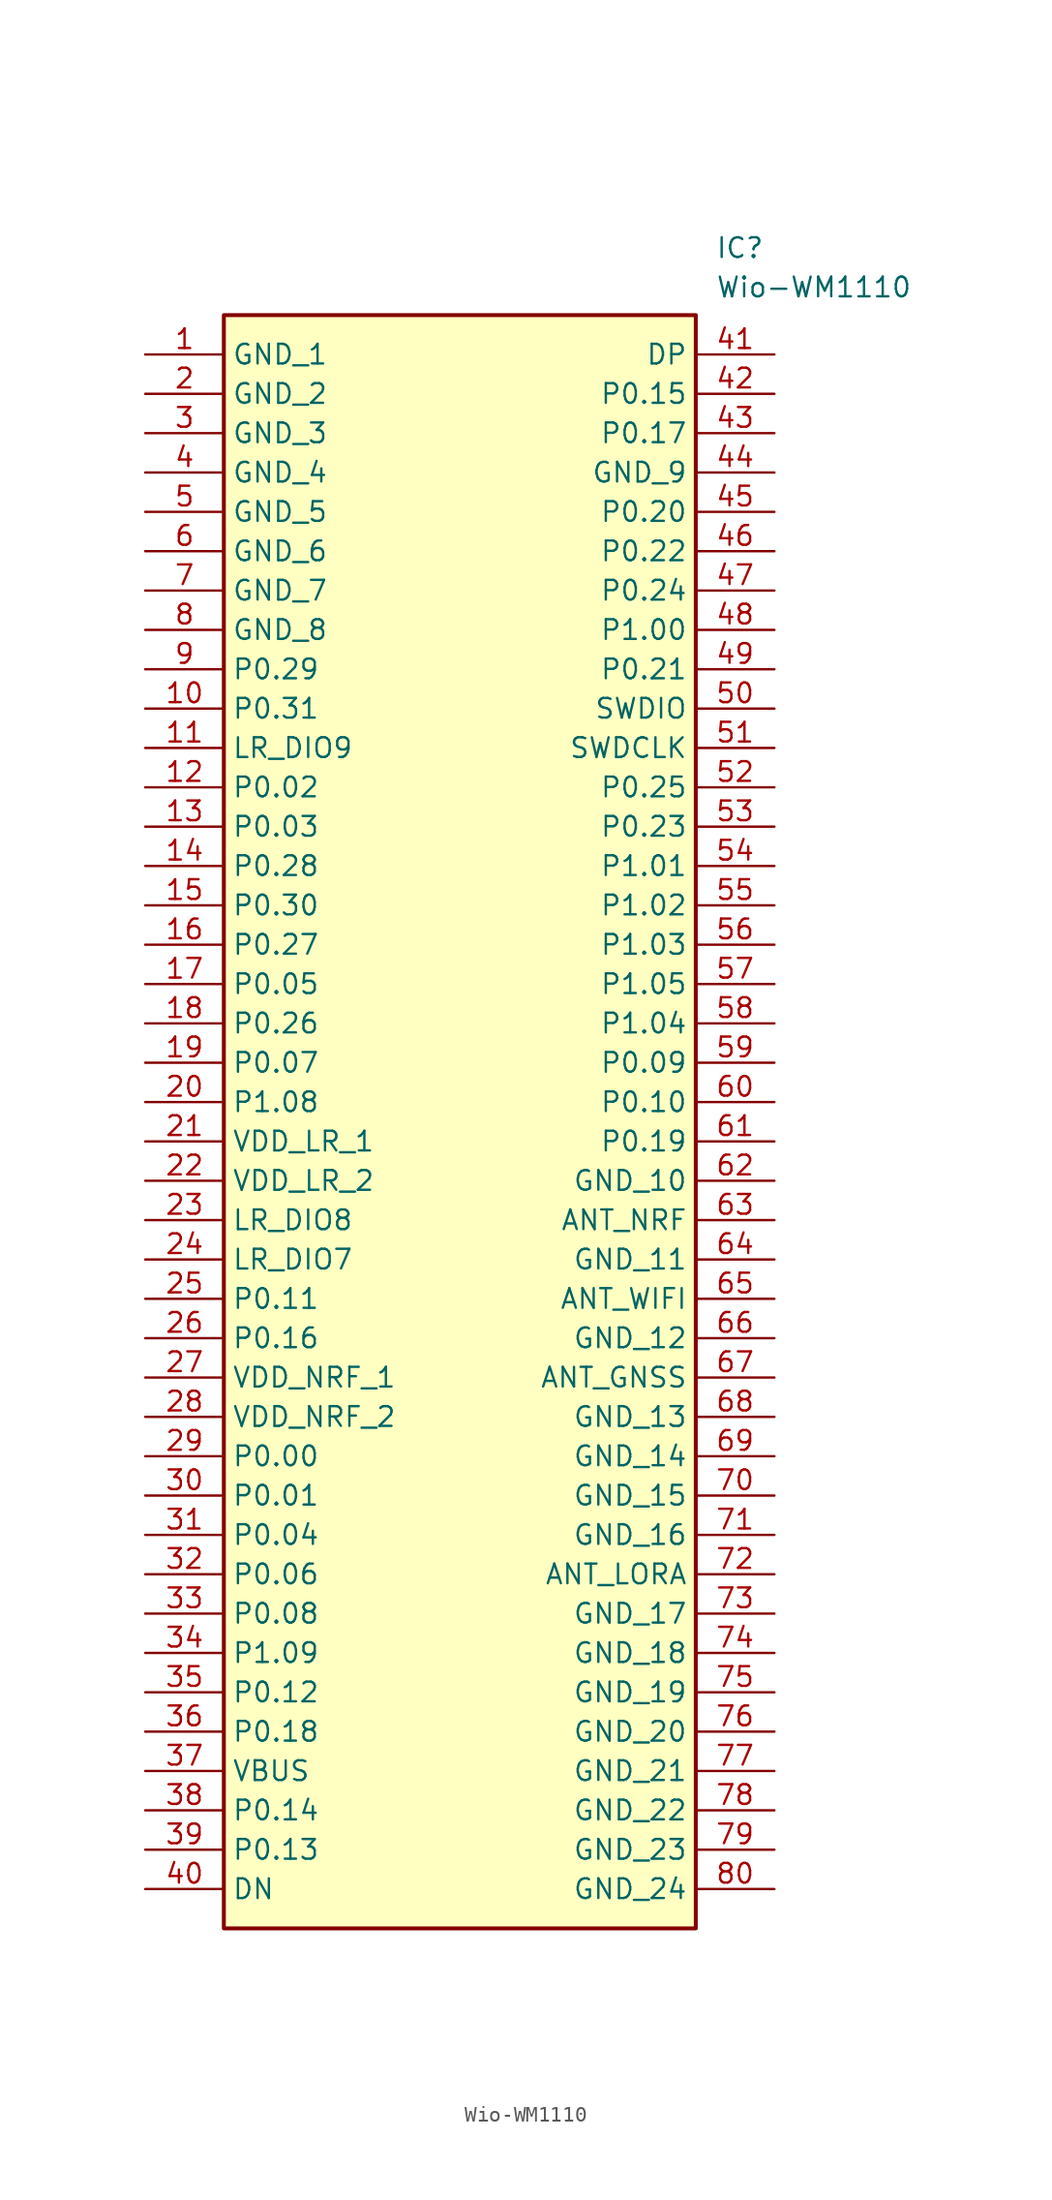
<source format=kicad_sym>
(kicad_symbol_lib
  (version 20211014)
  (generator SamacSys_ECAD_Model)
  (symbol "Wio-WM1110"
    (property "Reference" "IC"
      (at 36.83 7.62 0)
      (effects (font (size 1.27 1.27)) (justify left top)))
    (property "Value" "Wio-WM1110"
      (at 36.83 5.08 0)
      (effects (font (size 1.27 1.27)) (justify left top)))
    (rectangle
      (start 5.08 2.54)
      (end 35.56 -101.6)
      (stroke (width 0.254) (type default))
      (fill (type background)))
    (pin passive line
      (at 0 0 0)
      (length 5.08)
      (name "GND_1" (effects (font (size 1.27 1.27))))
      (number "1" (effects (font (size 1.27 1.27)))))
    (pin passive line
      (at 0 -2.54 0)
      (length 5.08)
      (name "GND_2" (effects (font (size 1.27 1.27))))
      (number "2" (effects (font (size 1.27 1.27)))))
    (pin passive line
      (at 0 -5.08 0)
      (length 5.08)
      (name "GND_3" (effects (font (size 1.27 1.27))))
      (number "3" (effects (font (size 1.27 1.27)))))
    (pin passive line
      (at 0 -7.62 0)
      (length 5.08)
      (name "GND_4" (effects (font (size 1.27 1.27))))
      (number "4" (effects (font (size 1.27 1.27)))))
    (pin passive line
      (at 0 -10.16 0)
      (length 5.08)
      (name "GND_5" (effects (font (size 1.27 1.27))))
      (number "5" (effects (font (size 1.27 1.27)))))
    (pin passive line
      (at 0 -12.7 0)
      (length 5.08)
      (name "GND_6" (effects (font (size 1.27 1.27))))
      (number "6" (effects (font (size 1.27 1.27)))))
    (pin passive line
      (at 0 -15.24 0)
      (length 5.08)
      (name "GND_7" (effects (font (size 1.27 1.27))))
      (number "7" (effects (font (size 1.27 1.27)))))
    (pin passive line
      (at 0 -17.78 0)
      (length 5.08)
      (name "GND_8" (effects (font (size 1.27 1.27))))
      (number "8" (effects (font (size 1.27 1.27)))))
    (pin passive line
      (at 0 -20.32 0)
      (length 5.08)
      (name "P0.29" (effects (font (size 1.27 1.27))))
      (number "9" (effects (font (size 1.27 1.27)))))
    (pin passive line
      (at 0 -22.86 0)
      (length 5.08)
      (name "P0.31" (effects (font (size 1.27 1.27))))
      (number "10" (effects (font (size 1.27 1.27)))))
    (pin passive line
      (at 0 -25.4 0)
      (length 5.08)
      (name "LR_DIO9" (effects (font (size 1.27 1.27))))
      (number "11" (effects (font (size 1.27 1.27)))))
    (pin passive line
      (at 0 -27.94 0)
      (length 5.08)
      (name "P0.02" (effects (font (size 1.27 1.27))))
      (number "12" (effects (font (size 1.27 1.27)))))
    (pin passive line
      (at 0 -30.48 0)
      (length 5.08)
      (name "P0.03" (effects (font (size 1.27 1.27))))
      (number "13" (effects (font (size 1.27 1.27)))))
    (pin passive line
      (at 0 -33.02 0)
      (length 5.08)
      (name "P0.28" (effects (font (size 1.27 1.27))))
      (number "14" (effects (font (size 1.27 1.27)))))
    (pin passive line
      (at 0 -35.56 0)
      (length 5.08)
      (name "P0.30" (effects (font (size 1.27 1.27))))
      (number "15" (effects (font (size 1.27 1.27)))))
    (pin passive line
      (at 0 -38.1 0)
      (length 5.08)
      (name "P0.27" (effects (font (size 1.27 1.27))))
      (number "16" (effects (font (size 1.27 1.27)))))
    (pin passive line
      (at 0 -40.64 0)
      (length 5.08)
      (name "P0.05" (effects (font (size 1.27 1.27))))
      (number "17" (effects (font (size 1.27 1.27)))))
    (pin passive line
      (at 0 -43.18 0)
      (length 5.08)
      (name "P0.26" (effects (font (size 1.27 1.27))))
      (number "18" (effects (font (size 1.27 1.27)))))
    (pin passive line
      (at 0 -45.72 0)
      (length 5.08)
      (name "P0.07" (effects (font (size 1.27 1.27))))
      (number "19" (effects (font (size 1.27 1.27)))))
    (pin passive line
      (at 0 -48.26 0)
      (length 5.08)
      (name "P1.08" (effects (font (size 1.27 1.27))))
      (number "20" (effects (font (size 1.27 1.27)))))
    (pin passive line
      (at 0 -50.8 0)
      (length 5.08)
      (name "VDD_LR_1" (effects (font (size 1.27 1.27))))
      (number "21" (effects (font (size 1.27 1.27)))))
    (pin passive line
      (at 0 -53.34 0)
      (length 5.08)
      (name "VDD_LR_2" (effects (font (size 1.27 1.27))))
      (number "22" (effects (font (size 1.27 1.27)))))
    (pin passive line
      (at 0 -55.88 0)
      (length 5.08)
      (name "LR_DIO8" (effects (font (size 1.27 1.27))))
      (number "23" (effects (font (size 1.27 1.27)))))
    (pin passive line
      (at 0 -58.42 0)
      (length 5.08)
      (name "LR_DIO7" (effects (font (size 1.27 1.27))))
      (number "24" (effects (font (size 1.27 1.27)))))
    (pin passive line
      (at 0 -60.96 0)
      (length 5.08)
      (name "P0.11" (effects (font (size 1.27 1.27))))
      (number "25" (effects (font (size 1.27 1.27)))))
    (pin passive line
      (at 0 -63.5 0)
      (length 5.08)
      (name "P0.16" (effects (font (size 1.27 1.27))))
      (number "26" (effects (font (size 1.27 1.27)))))
    (pin passive line
      (at 0 -66.04 0)
      (length 5.08)
      (name "VDD_NRF_1" (effects (font (size 1.27 1.27))))
      (number "27" (effects (font (size 1.27 1.27)))))
    (pin passive line
      (at 0 -68.58 0)
      (length 5.08)
      (name "VDD_NRF_2" (effects (font (size 1.27 1.27))))
      (number "28" (effects (font (size 1.27 1.27)))))
    (pin passive line
      (at 0 -71.12 0)
      (length 5.08)
      (name "P0.00" (effects (font (size 1.27 1.27))))
      (number "29" (effects (font (size 1.27 1.27)))))
    (pin passive line
      (at 0 -73.66 0)
      (length 5.08)
      (name "P0.01" (effects (font (size 1.27 1.27))))
      (number "30" (effects (font (size 1.27 1.27)))))
    (pin passive line
      (at 0 -76.2 0)
      (length 5.08)
      (name "P0.04" (effects (font (size 1.27 1.27))))
      (number "31" (effects (font (size 1.27 1.27)))))
    (pin passive line
      (at 0 -78.74 0)
      (length 5.08)
      (name "P0.06" (effects (font (size 1.27 1.27))))
      (number "32" (effects (font (size 1.27 1.27)))))
    (pin passive line
      (at 0 -81.28 0)
      (length 5.08)
      (name "P0.08" (effects (font (size 1.27 1.27))))
      (number "33" (effects (font (size 1.27 1.27)))))
    (pin passive line
      (at 0 -83.82 0)
      (length 5.08)
      (name "P1.09" (effects (font (size 1.27 1.27))))
      (number "34" (effects (font (size 1.27 1.27)))))
    (pin passive line
      (at 0 -86.36 0)
      (length 5.08)
      (name "P0.12" (effects (font (size 1.27 1.27))))
      (number "35" (effects (font (size 1.27 1.27)))))
    (pin passive line
      (at 0 -88.9 0)
      (length 5.08)
      (name "P0.18" (effects (font (size 1.27 1.27))))
      (number "36" (effects (font (size 1.27 1.27)))))
    (pin passive line
      (at 0 -91.44 0)
      (length 5.08)
      (name "VBUS" (effects (font (size 1.27 1.27))))
      (number "37" (effects (font (size 1.27 1.27)))))
    (pin passive line
      (at 0 -93.98 0)
      (length 5.08)
      (name "P0.14" (effects (font (size 1.27 1.27))))
      (number "38" (effects (font (size 1.27 1.27)))))
    (pin passive line
      (at 0 -96.52 0)
      (length 5.08)
      (name "P0.13" (effects (font (size 1.27 1.27))))
      (number "39" (effects (font (size 1.27 1.27)))))
    (pin passive line
      (at 0 -99.06 0)
      (length 5.08)
      (name "DN" (effects (font (size 1.27 1.27))))
      (number "40" (effects (font (size 1.27 1.27)))))
    (pin passive line
      (at 40.64 0 180)
      (length 5.08)
      (name "DP" (effects (font (size 1.27 1.27))))
      (number "41" (effects (font (size 1.27 1.27)))))
    (pin passive line
      (at 40.64 -2.54 180)
      (length 5.08)
      (name "P0.15" (effects (font (size 1.27 1.27))))
      (number "42" (effects (font (size 1.27 1.27)))))
    (pin passive line
      (at 40.64 -5.08 180)
      (length 5.08)
      (name "P0.17" (effects (font (size 1.27 1.27))))
      (number "43" (effects (font (size 1.27 1.27)))))
    (pin passive line
      (at 40.64 -7.62 180)
      (length 5.08)
      (name "GND_9" (effects (font (size 1.27 1.27))))
      (number "44" (effects (font (size 1.27 1.27)))))
    (pin passive line
      (at 40.64 -10.16 180)
      (length 5.08)
      (name "P0.20" (effects (font (size 1.27 1.27))))
      (number "45" (effects (font (size 1.27 1.27)))))
    (pin passive line
      (at 40.64 -12.7 180)
      (length 5.08)
      (name "P0.22" (effects (font (size 1.27 1.27))))
      (number "46" (effects (font (size 1.27 1.27)))))
    (pin passive line
      (at 40.64 -15.24 180)
      (length 5.08)
      (name "P0.24" (effects (font (size 1.27 1.27))))
      (number "47" (effects (font (size 1.27 1.27)))))
    (pin passive line
      (at 40.64 -17.78 180)
      (length 5.08)
      (name "P1.00" (effects (font (size 1.27 1.27))))
      (number "48" (effects (font (size 1.27 1.27)))))
    (pin passive line
      (at 40.64 -20.32 180)
      (length 5.08)
      (name "P0.21" (effects (font (size 1.27 1.27))))
      (number "49" (effects (font (size 1.27 1.27)))))
    (pin passive line
      (at 40.64 -22.86 180)
      (length 5.08)
      (name "SWDIO" (effects (font (size 1.27 1.27))))
      (number "50" (effects (font (size 1.27 1.27)))))
    (pin passive line
      (at 40.64 -25.4 180)
      (length 5.08)
      (name "SWDCLK" (effects (font (size 1.27 1.27))))
      (number "51" (effects (font (size 1.27 1.27)))))
    (pin passive line
      (at 40.64 -27.94 180)
      (length 5.08)
      (name "P0.25" (effects (font (size 1.27 1.27))))
      (number "52" (effects (font (size 1.27 1.27)))))
    (pin passive line
      (at 40.64 -30.48 180)
      (length 5.08)
      (name "P0.23" (effects (font (size 1.27 1.27))))
      (number "53" (effects (font (size 1.27 1.27)))))
    (pin passive line
      (at 40.64 -33.02 180)
      (length 5.08)
      (name "P1.01" (effects (font (size 1.27 1.27))))
      (number "54" (effects (font (size 1.27 1.27)))))
    (pin passive line
      (at 40.64 -35.56 180)
      (length 5.08)
      (name "P1.02" (effects (font (size 1.27 1.27))))
      (number "55" (effects (font (size 1.27 1.27)))))
    (pin passive line
      (at 40.64 -38.1 180)
      (length 5.08)
      (name "P1.03" (effects (font (size 1.27 1.27))))
      (number "56" (effects (font (size 1.27 1.27)))))
    (pin passive line
      (at 40.64 -40.64 180)
      (length 5.08)
      (name "P1.05" (effects (font (size 1.27 1.27))))
      (number "57" (effects (font (size 1.27 1.27)))))
    (pin passive line
      (at 40.64 -43.18 180)
      (length 5.08)
      (name "P1.04" (effects (font (size 1.27 1.27))))
      (number "58" (effects (font (size 1.27 1.27)))))
    (pin passive line
      (at 40.64 -45.72 180)
      (length 5.08)
      (name "P0.09" (effects (font (size 1.27 1.27))))
      (number "59" (effects (font (size 1.27 1.27)))))
    (pin passive line
      (at 40.64 -48.26 180)
      (length 5.08)
      (name "P0.10" (effects (font (size 1.27 1.27))))
      (number "60" (effects (font (size 1.27 1.27)))))
    (pin passive line
      (at 40.64 -50.8 180)
      (length 5.08)
      (name "P0.19" (effects (font (size 1.27 1.27))))
      (number "61" (effects (font (size 1.27 1.27)))))
    (pin passive line
      (at 40.64 -53.34 180)
      (length 5.08)
      (name "GND_10" (effects (font (size 1.27 1.27))))
      (number "62" (effects (font (size 1.27 1.27)))))
    (pin passive line
      (at 40.64 -55.88 180)
      (length 5.08)
      (name "ANT_NRF" (effects (font (size 1.27 1.27))))
      (number "63" (effects (font (size 1.27 1.27)))))
    (pin passive line
      (at 40.64 -58.42 180)
      (length 5.08)
      (name "GND_11" (effects (font (size 1.27 1.27))))
      (number "64" (effects (font (size 1.27 1.27)))))
    (pin passive line
      (at 40.64 -60.96 180)
      (length 5.08)
      (name "ANT_WIFI" (effects (font (size 1.27 1.27))))
      (number "65" (effects (font (size 1.27 1.27)))))
    (pin passive line
      (at 40.64 -63.5 180)
      (length 5.08)
      (name "GND_12" (effects (font (size 1.27 1.27))))
      (number "66" (effects (font (size 1.27 1.27)))))
    (pin passive line
      (at 40.64 -66.04 180)
      (length 5.08)
      (name "ANT_GNSS" (effects (font (size 1.27 1.27))))
      (number "67" (effects (font (size 1.27 1.27)))))
    (pin passive line
      (at 40.64 -68.58 180)
      (length 5.08)
      (name "GND_13" (effects (font (size 1.27 1.27))))
      (number "68" (effects (font (size 1.27 1.27)))))
    (pin passive line
      (at 40.64 -71.12 180)
      (length 5.08)
      (name "GND_14" (effects (font (size 1.27 1.27))))
      (number "69" (effects (font (size 1.27 1.27)))))
    (pin passive line
      (at 40.64 -73.66 180)
      (length 5.08)
      (name "GND_15" (effects (font (size 1.27 1.27))))
      (number "70" (effects (font (size 1.27 1.27)))))
    (pin passive line
      (at 40.64 -76.2 180)
      (length 5.08)
      (name "GND_16" (effects (font (size 1.27 1.27))))
      (number "71" (effects (font (size 1.27 1.27)))))
    (pin passive line
      (at 40.64 -78.74 180)
      (length 5.08)
      (name "ANT_LORA" (effects (font (size 1.27 1.27))))
      (number "72" (effects (font (size 1.27 1.27)))))
    (pin passive line
      (at 40.64 -81.28 180)
      (length 5.08)
      (name "GND_17" (effects (font (size 1.27 1.27))))
      (number "73" (effects (font (size 1.27 1.27)))))
    (pin passive line
      (at 40.64 -83.82 180)
      (length 5.08)
      (name "GND_18" (effects (font (size 1.27 1.27))))
      (number "74" (effects (font (size 1.27 1.27)))))
    (pin passive line
      (at 40.64 -86.36 180)
      (length 5.08)
      (name "GND_19" (effects (font (size 1.27 1.27))))
      (number "75" (effects (font (size 1.27 1.27)))))
    (pin passive line
      (at 40.64 -88.9 180)
      (length 5.08)
      (name "GND_20" (effects (font (size 1.27 1.27))))
      (number "76" (effects (font (size 1.27 1.27)))))
    (pin passive line
      (at 40.64 -91.44 180)
      (length 5.08)
      (name "GND_21" (effects (font (size 1.27 1.27))))
      (number "77" (effects (font (size 1.27 1.27)))))
    (pin passive line
      (at 40.64 -93.98 180)
      (length 5.08)
      (name "GND_22" (effects (font (size 1.27 1.27))))
      (number "78" (effects (font (size 1.27 1.27)))))
    (pin passive line
      (at 40.64 -96.52 180)
      (length 5.08)
      (name "GND_23" (effects (font (size 1.27 1.27))))
      (number "79" (effects (font (size 1.27 1.27)))))
    (pin passive line
      (at 40.64 -99.06 180)
      (length 5.08)
      (name "GND_24" (effects (font (size 1.27 1.27))))
      (number "80" (effects (font (size 1.27 1.27)))))))
</source>
